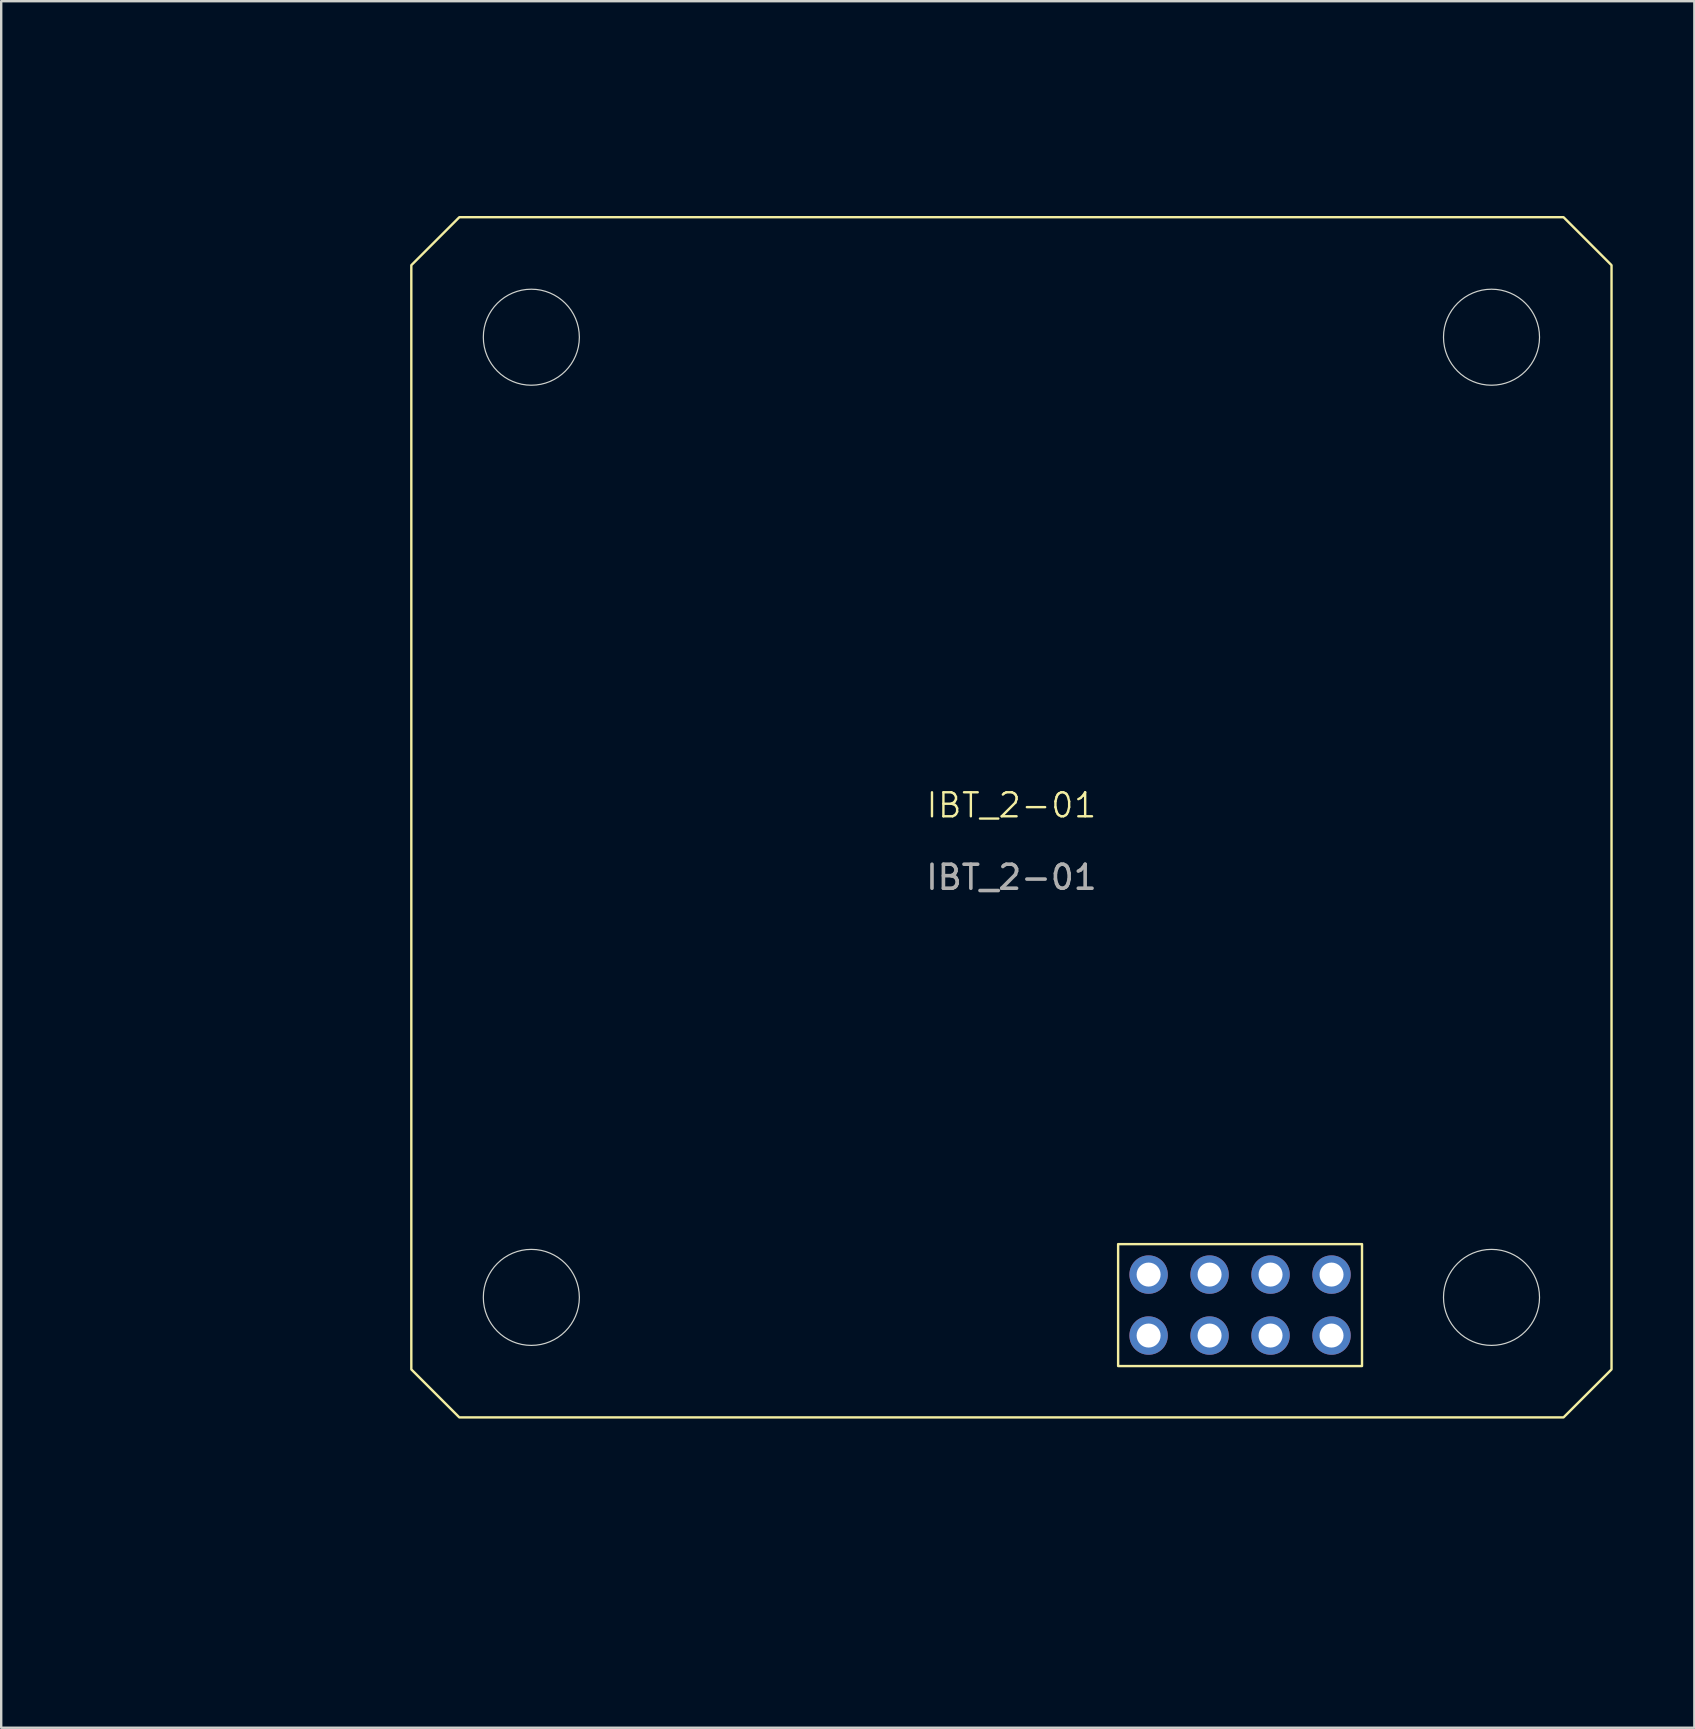
<source format=kicad_pcb>
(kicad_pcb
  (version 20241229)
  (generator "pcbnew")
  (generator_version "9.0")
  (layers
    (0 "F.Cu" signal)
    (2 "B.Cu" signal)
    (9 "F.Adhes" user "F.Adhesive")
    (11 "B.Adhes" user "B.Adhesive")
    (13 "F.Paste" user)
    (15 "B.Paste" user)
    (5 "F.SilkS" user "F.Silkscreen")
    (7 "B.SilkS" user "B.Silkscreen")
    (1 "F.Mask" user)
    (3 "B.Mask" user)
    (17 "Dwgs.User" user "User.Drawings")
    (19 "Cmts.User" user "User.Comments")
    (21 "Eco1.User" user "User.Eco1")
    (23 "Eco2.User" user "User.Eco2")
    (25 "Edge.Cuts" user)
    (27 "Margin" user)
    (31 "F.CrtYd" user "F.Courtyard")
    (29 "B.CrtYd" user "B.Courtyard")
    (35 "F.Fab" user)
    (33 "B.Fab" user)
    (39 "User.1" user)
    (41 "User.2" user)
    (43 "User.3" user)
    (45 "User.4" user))
  (footprint "IBT_2-01"
    (layer "F.Cu")
    (at 39.085 30.998)
    (property "Reference" "IBT_2-01" (at 0 -0.5 0) (unlocked yes) (layer "F.SilkS") (effects (font (size 1 1) (thickness 0.1))))
    (attr through_hole)
    (fp_rect (start 4.445 17.78) (end 14.605 22.86) (stroke (width 0.1) (type default)) (fill no) (layer "F.SilkS"))
    (fp_poly (pts (xy -25 23) (xy -25 -23) (xy -23 -25) (xy 23 -25) (xy 25 -23) (xy 25 23) (xy 23 25) (xy -23 25)) (stroke (width 0.1) (type solid)) (fill no) (layer "F.SilkS"))
    (fp_circle (center -20 -20) (end -18 -20) (stroke (width 0.05) (type default)) (fill no) (layer "Edge.Cuts"))
    (fp_circle (center -20 20) (end -18 20) (stroke (width 0.05) (type default)) (fill no) (layer "Edge.Cuts"))
    (fp_circle (center 20 -20) (end 22 -20) (stroke (width 0.05) (type default)) (fill no) (layer "Edge.Cuts"))
    (fp_circle (center 20 20) (end 22 20) (stroke (width 0.05) (type default)) (fill no) (layer "Edge.Cuts"))
    (fp_text user "${REFERENCE}" (at 0 2.5 0) (unlocked yes) (layer "F.Fab") (effects (font (size 1 1) (thickness 0.15))))
    (dimension (type aligned) (layer "User.1") (pts (xy 13.685 56.398) (xy 53.69 56.398)) (height 3.175) (format (prefix "") (suffix "") (units 3) (units_format 1) (precision 4)) (style (thickness 0.1) (arrow_length 1.27) (text_position_mode 0) (arrow_direction outward) (extension_height 0.586) (extension_offset 0.5) (keep_text_aligned yes)) (gr_text "40.0050 mm" (at 33.687 58.423 0) (layer "User.1") (effects (font (size 1 1) (thickness 0.15)))))
    (dimension (type aligned) (layer "User.1") (pts (xy 19.085 10.998) (xy 19.085 50.998)) (height 13) (format (prefix "") (suffix "") (units 3) (units_format 1) (precision 4)) (style (thickness 0.1) (arrow_length 1.27) (text_position_mode 0) (arrow_direction outward) (extension_height 0.586) (extension_offset 0.5) (keep_text_aligned yes)) (gr_text "40.0000 mm" (at 4.935 30.998 90) (layer "User.1") (effects (font (size 1 1) (thickness 0.15)))))
    (dimension (type aligned) (layer "User.1") (pts (xy 43.53 48.778) (xy 53.69 48.778)) (height -2.54) (format (prefix "") (suffix "") (units 3) (units_format 1) (precision 4)) (style (thickness 0.1) (arrow_length 1.27) (text_position_mode 0) (arrow_direction outward) (extension_height 0.586) (extension_offset 0.5) (keep_text_aligned yes)) (gr_text "10.1600 mm" (at 48.61 45.088 0) (layer "User.1") (effects (font (size 1 1) (thickness 0.15)))))
    (dimension (type aligned) (layer "User.1") (pts (xy 16.085 5.998) (xy 62.085 5.998)) (height -4) (format (prefix "") (suffix "") (units 3) (units_format 1) (precision 4)) (style (thickness 0.1) (arrow_length 1.27) (text_position_mode 0) (arrow_direction outward) (extension_height 0.586) (extension_offset 0.5) (keep_text_aligned yes)) (gr_text "46.0000 mm" (at 39.085 0.848 0) (layer "User.1") (effects (font (size 1 1) (thickness 0.15)))))
    (dimension (type aligned) (layer "User.1") (pts (xy 64.485 56.398) (xy 43.53 56.398)) (height -8.89) (format (prefix "") (suffix "") (units 3) (units_format 1) (precision 4)) (style (thickness 0.1) (arrow_length 1.27) (text_position_mode 0) (arrow_direction outward) (extension_height 0.586) (extension_offset 0.5) (keep_text_aligned yes)) (gr_text "20.9550 mm" (at 54.007 64.138 0) (layer "User.1") (effects (font (size 1 1) (thickness 0.15)))))
    (dimension (type aligned) (layer "User.1") (pts (xy 44.165 48.778) (xy 44.165 53.858)) (height 2.54) (format (prefix "") (suffix "") (units 3) (units_format 1) (precision 4)) (style (thickness 0.1) (arrow_length 1.27) (text_position_mode 0) (arrow_direction outward) (extension_height 0.586) (extension_offset 0.5) (keep_text_aligned yes)) (gr_text "5.0800 mm" (at 40.475 51.318 90) (layer "User.1") (effects (font (size 1 1) (thickness 0.15)))))
    (pad "1" thru_hole circle (at 13.335 19.05) (size 1.6 1.6) (drill 1) (layers "*.Cu" "*.Mask"))
    (pad "2" thru_hole circle (at 13.335 21.59) (size 1.6 1.6) (drill 1) (layers "*.Cu" "*.Mask"))
    (pad "3" thru_hole circle (at 10.795 19.05) (size 1.6 1.6) (drill 1) (layers "*.Cu" "*.Mask"))
    (pad "4" thru_hole circle (at 10.795 21.59) (size 1.6 1.6) (drill 1) (layers "*.Cu" "*.Mask"))
    (pad "5" thru_hole circle (at 8.255 19.05) (size 1.6 1.6) (drill 1) (layers "*.Cu" "*.Mask"))
    (pad "6" thru_hole circle (at 8.255 21.59) (size 1.6 1.6) (drill 1) (layers "*.Cu" "*.Mask"))
    (pad "7" thru_hole circle (at 5.715 19.05) (size 1.6 1.6) (drill 1) (layers "*.Cu" "*.Mask"))
    (pad "8" thru_hole circle (at 5.715 21.59) (size 1.6 1.6) (drill 1) (layers "*.Cu" "*.Mask")))
  (gr_rect
    (start -3 -3)
    (end 67.535 68.925)
    (stroke (width 0.1) (type default))
    (fill no)
    (layer "Edge.Cuts")))
</source>
